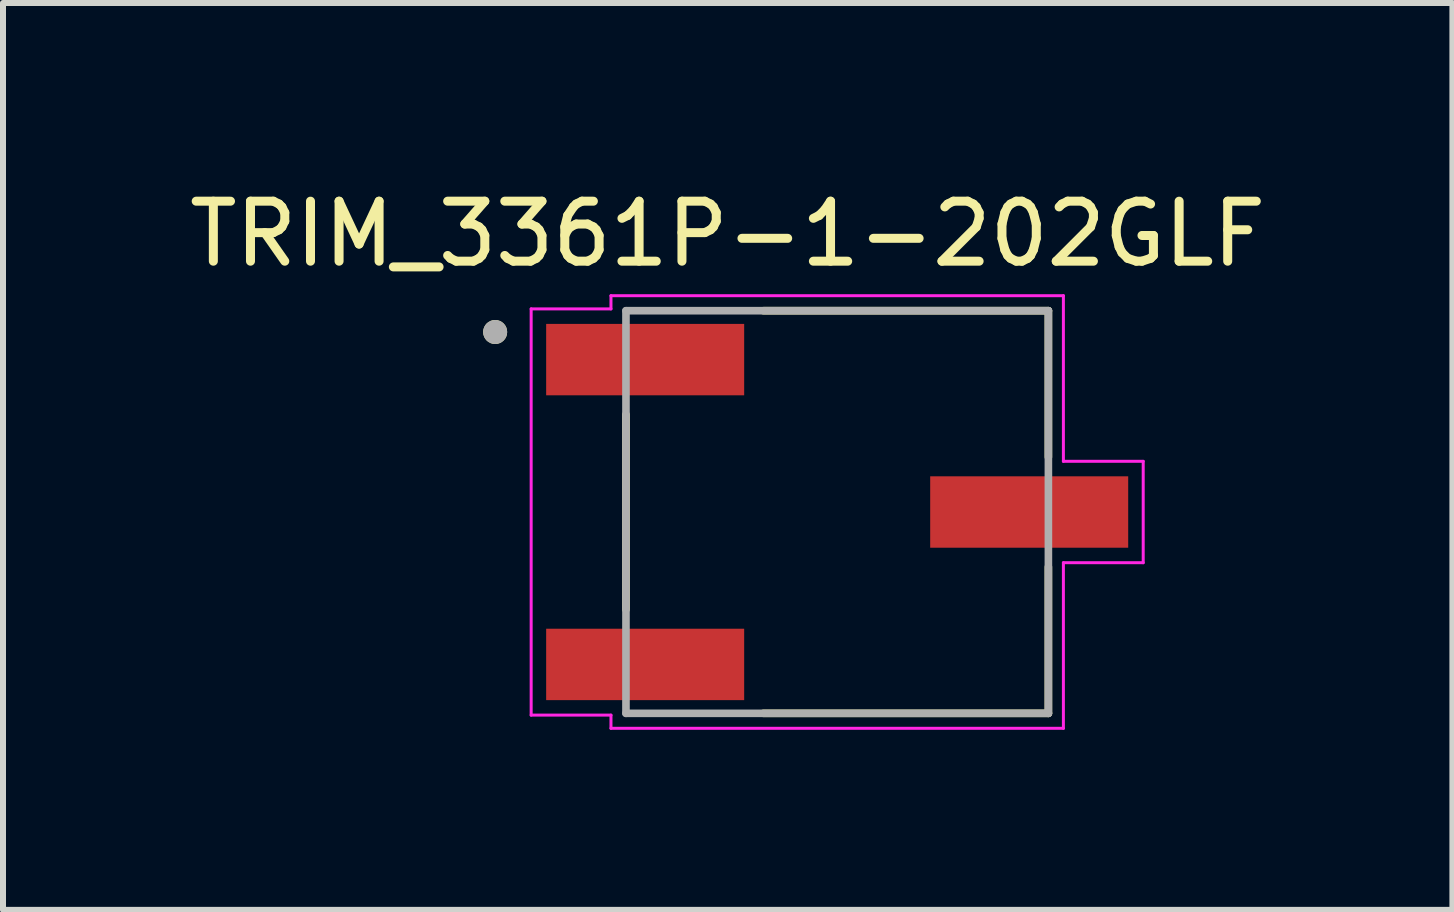
<source format=kicad_pcb>
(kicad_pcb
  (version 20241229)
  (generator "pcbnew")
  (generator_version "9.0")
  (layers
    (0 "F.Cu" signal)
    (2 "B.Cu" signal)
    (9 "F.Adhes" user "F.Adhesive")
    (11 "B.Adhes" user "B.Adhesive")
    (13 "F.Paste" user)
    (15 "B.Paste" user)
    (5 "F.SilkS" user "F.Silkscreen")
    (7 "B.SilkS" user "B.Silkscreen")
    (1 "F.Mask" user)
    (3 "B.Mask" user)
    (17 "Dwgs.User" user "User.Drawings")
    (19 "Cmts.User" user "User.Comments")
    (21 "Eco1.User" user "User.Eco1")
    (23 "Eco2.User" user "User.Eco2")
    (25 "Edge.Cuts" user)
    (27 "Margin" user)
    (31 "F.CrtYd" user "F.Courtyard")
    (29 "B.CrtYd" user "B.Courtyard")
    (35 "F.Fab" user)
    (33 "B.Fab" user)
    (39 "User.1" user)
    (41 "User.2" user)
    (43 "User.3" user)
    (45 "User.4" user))
  (footprint "TRIM_3361P-1-202GLF"
    (layer "F.Cu")
    (at 10.902 5.483)
    (property "Reference" "TRIM_3361P-1-202GLF" (at -1.825 -4.635 0) (layer "F.SilkS") (effects (font (size 1 1) (thickness 0.15))))
    (attr smd)
    (fp_line (start -3.52 -1.625) (end -3.52 1.625) (stroke (width 0.127) (type solid)) (layer "F.SilkS"))
    (fp_line (start 3.52 -3.355) (end -1.23 -3.355) (stroke (width 0.127) (type solid)) (layer "F.SilkS"))
    (fp_line (start 3.52 -0.915) (end 3.52 -3.355) (stroke (width 0.127) (type solid)) (layer "F.SilkS"))
    (fp_line (start 3.52 0.915) (end 3.52 3.355) (stroke (width 0.127) (type solid)) (layer "F.SilkS"))
    (fp_line (start 3.52 3.355) (end -1.23 3.355) (stroke (width 0.127) (type solid)) (layer "F.SilkS"))
    (fp_circle (center -5.7 -3) (end -5.6 -3) (stroke (width 0.2) (type solid)) (fill no) (layer "F.SilkS"))
    (fp_line (start -5.1 -3.385) (end -3.77 -3.385) (stroke (width 0.05) (type solid)) (layer "F.CrtYd"))
    (fp_line (start -5.1 3.385) (end -5.1 -3.385) (stroke (width 0.05) (type solid)) (layer "F.CrtYd"))
    (fp_line (start -3.77 -3.605) (end 3.77 -3.605) (stroke (width 0.05) (type solid)) (layer "F.CrtYd"))
    (fp_line (start -3.77 -3.385) (end -3.77 -3.605) (stroke (width 0.05) (type solid)) (layer "F.CrtYd"))
    (fp_line (start -3.77 3.385) (end -5.1 3.385) (stroke (width 0.05) (type solid)) (layer "F.CrtYd"))
    (fp_line (start -3.77 3.605) (end -3.77 3.385) (stroke (width 0.05) (type solid)) (layer "F.CrtYd"))
    (fp_line (start 3.77 -3.605) (end 3.77 -0.845) (stroke (width 0.05) (type solid)) (layer "F.CrtYd"))
    (fp_line (start 3.77 -0.845) (end 5.1 -0.845) (stroke (width 0.05) (type solid)) (layer "F.CrtYd"))
    (fp_line (start 3.77 0.845) (end 3.77 3.605) (stroke (width 0.05) (type solid)) (layer "F.CrtYd"))
    (fp_line (start 3.77 3.605) (end -3.77 3.605) (stroke (width 0.05) (type solid)) (layer "F.CrtYd"))
    (fp_line (start 5.1 -0.845) (end 5.1 0.845) (stroke (width 0.05) (type solid)) (layer "F.CrtYd"))
    (fp_line (start 5.1 0.845) (end 3.77 0.845) (stroke (width 0.05) (type solid)) (layer "F.CrtYd"))
    (fp_line (start -3.52 -3.355) (end -3.52 3.355) (stroke (width 0.127) (type solid)) (layer "F.Fab"))
    (fp_line (start -3.52 3.355) (end 3.52 3.355) (stroke (width 0.127) (type solid)) (layer "F.Fab"))
    (fp_line (start 3.52 -3.355) (end -3.52 -3.355) (stroke (width 0.127) (type solid)) (layer "F.Fab"))
    (fp_line (start 3.52 3.355) (end 3.52 -3.355) (stroke (width 0.127) (type solid)) (layer "F.Fab"))
    (fp_circle (center -5.7 -3) (end -5.6 -3) (stroke (width 0.2) (type solid)) (fill no) (layer "F.Fab"))
    (pad "1" smd rect (at -3.2 -2.54) (size 3.3 1.19) (layers "F.Cu" "F.Mask" "F.Paste"))
    (pad "2" smd rect (at 3.2 0) (size 3.3 1.19) (layers "F.Cu" "F.Mask" "F.Paste"))
    (pad "3" smd rect (at -3.2 2.54) (size 3.3 1.19) (layers "F.Cu" "F.Mask" "F.Paste")))
  (gr_rect
    (start -3 -3)
    (end 21.155 12.113)
    (stroke (width 0.1) (type default))
    (fill no)
    (layer "Edge.Cuts")))
</source>
